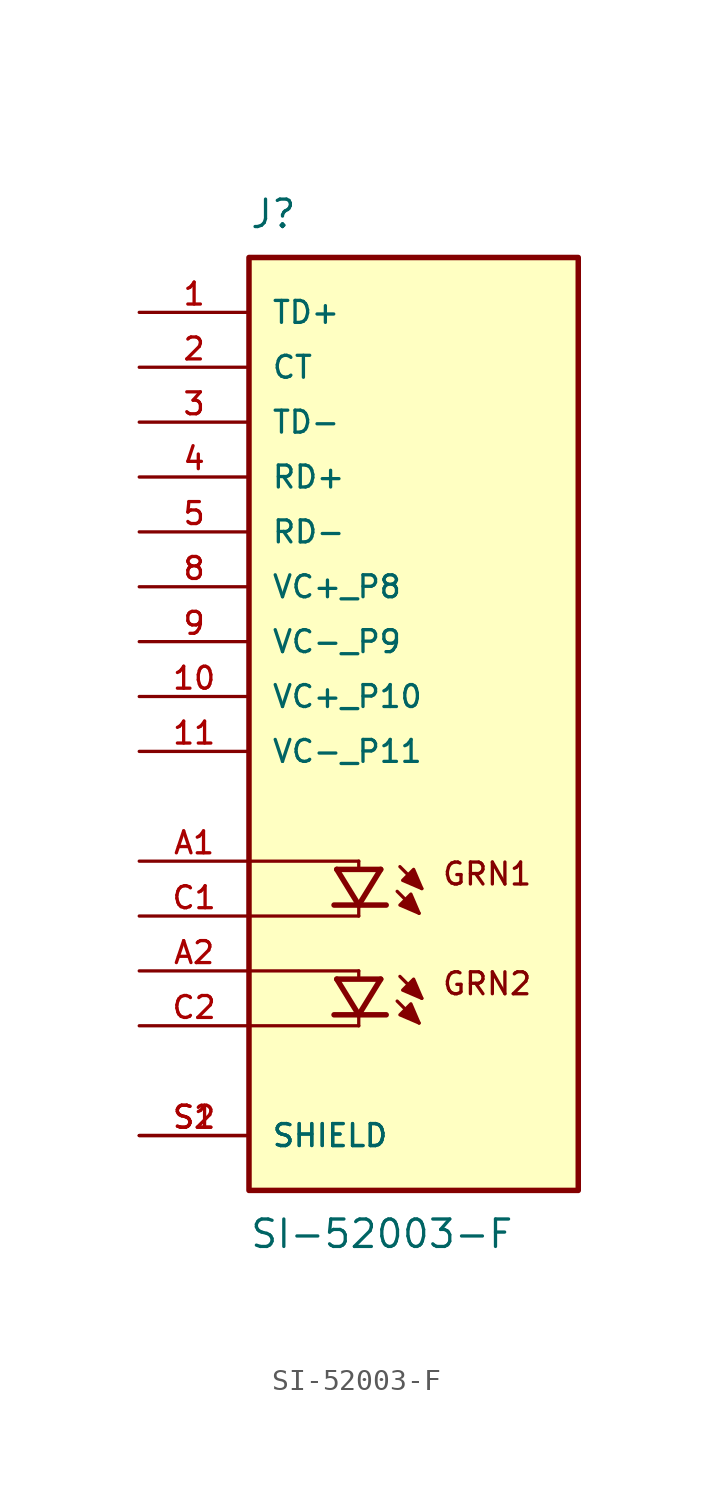
<source format=kicad_sym>
(kicad_symbol_lib
  (version 20211014)
  (generator kicad_symbol_editor)
  (symbol "SI-52003-F"
    (pin_names
      (offset 1.016))
    (property "Reference" "J"
      (at -7.62 21.59 0)
      (effects (font (size 1.27 1.27)) (justify bottom left)))
    (property "Value" "SI-52003-F"
      (at -7.62 -24.13 0)
      (effects (font (size 1.27 1.27)) (justify top left)))
    (symbol "SI-52003-F_0_0"
      (polyline (pts (xy -3.556 -8.001) (xy -2.54 -9.652)) (stroke (width 0.254)))
      (polyline (pts (xy -2.54 -9.652) (xy -1.524 -8.001)) (stroke (width 0.254)))
      (polyline (pts (xy -3.683 -9.652) (xy -2.54 -9.652)) (stroke (width 0.254)))
      (polyline (pts (xy -2.54 -9.652) (xy -1.27 -9.652)) (stroke (width 0.254)))
      (polyline (pts (xy -3.556 -8.001) (xy -1.524 -8.001)) (stroke (width 0.254)))
      (polyline (pts (xy -0.635 -7.874) (xy 0.381 -8.89)) (stroke (width 0.152)))
      (polyline (pts (xy -0.762 -9.017) (xy 0.254 -10.033)) (stroke (width 0.152)))
      (polyline (pts (xy -2.54 -7.62) (xy -2.54 -7.874)) (stroke (width 0.152)))
      (polyline (pts (xy -2.54 -9.779) (xy -2.54 -10.16)) (stroke (width 0.152)))
      (polyline (pts (xy -7.62 -7.62) (xy -2.54 -7.62)) (stroke (width 0.152)))
      (polyline (pts (xy -2.54 -10.16) (xy -7.62 -10.16)) (stroke (width 0.152)))
      (polyline (pts (xy -3.556 -13.081) (xy -2.54 -14.732)) (stroke (width 0.254)))
      (polyline (pts (xy -2.54 -14.732) (xy -1.524 -13.081)) (stroke (width 0.254)))
      (polyline (pts (xy -3.683 -14.732) (xy -2.54 -14.732)) (stroke (width 0.254)))
      (polyline (pts (xy -2.54 -14.732) (xy -1.27 -14.732)) (stroke (width 0.254)))
      (polyline (pts (xy -3.556 -13.081) (xy -1.524 -13.081)) (stroke (width 0.254)))
      (polyline (pts (xy -0.635 -12.954) (xy 0.381 -13.97)) (stroke (width 0.152)))
      (polyline (pts (xy -0.762 -14.097) (xy 0.254 -15.113)) (stroke (width 0.152)))
      (polyline (pts (xy -2.54 -12.7) (xy -2.54 -12.954)) (stroke (width 0.152)))
      (polyline (pts (xy -2.54 -14.859) (xy -2.54 -15.24)) (stroke (width 0.152)))
      (polyline (pts (xy -7.62 -12.7) (xy -2.54 -12.7)) (stroke (width 0.152)))
      (polyline (pts (xy -2.54 -15.24) (xy -7.62 -15.24)) (stroke (width 0.152)))
      (polyline (pts (xy 0.381 -8.89) (xy 0.0 -8.001) (xy -0.508 -8.509) (xy 0.381 -8.89)) (stroke (width 0.152)) (fill (type outline)))
      (polyline (pts (xy 0.254 -10.033) (xy -0.127 -9.144) (xy -0.635 -9.652) (xy 0.254 -10.033)) (stroke (width 0.152)) (fill (type outline)))
      (polyline (pts (xy 0.381 -13.97) (xy 0.0 -13.081) (xy -0.508 -13.589) (xy 0.381 -13.97)) (stroke (width 0.152)) (fill (type outline)))
      (polyline (pts (xy 0.254 -15.113) (xy -0.127 -14.224) (xy -0.635 -14.732) (xy 0.254 -15.113)) (stroke (width 0.152)) (fill (type outline)))
      (text "GRN1" (at 1.27 -7.62 0) (effects (font (size 1.016 1.016)) (justify top left)))
      (text "GRN2" (at 1.27 -12.7 0) (effects (font (size 1.016 1.016)) (justify top left)))
      (rectangle (start -7.62 -22.86) (end 7.62 20.32) (stroke (width 0.254)) (fill (type background)))
      (pin passive line (at -12.7 17.78 0) (length 5.08) (name "TD+" (effects (font (size 1.016 1.016)))) (number "1" (effects (font (size 1.016 1.016)))))
      (pin passive line (at -12.7 15.24 0) (length 5.08) (name "CT" (effects (font (size 1.016 1.016)))) (number "2" (effects (font (size 1.016 1.016)))))
      (pin passive line (at -12.7 12.7 0) (length 5.08) (name "TD-" (effects (font (size 1.016 1.016)))) (number "3" (effects (font (size 1.016 1.016)))))
      (pin passive line (at -12.7 10.16 0) (length 5.08) (name "RD+" (effects (font (size 1.016 1.016)))) (number "4" (effects (font (size 1.016 1.016)))))
      (pin passive line (at -12.7 7.62 0) (length 5.08) (name "RD-" (effects (font (size 1.016 1.016)))) (number "5" (effects (font (size 1.016 1.016)))))
      (pin passive line (at -12.7 5.08 0) (length 5.08) (name "VC+_P8" (effects (font (size 1.016 1.016)))) (number "8" (effects (font (size 1.016 1.016)))))
      (pin passive line (at -12.7 2.54 0) (length 5.08) (name "VC-_P9" (effects (font (size 1.016 1.016)))) (number "9" (effects (font (size 1.016 1.016)))))
      (pin passive line (at -12.7 0.0 0) (length 5.08) (name "VC+_P10" (effects (font (size 1.016 1.016)))) (number "10" (effects (font (size 1.016 1.016)))))
      (pin passive line (at -12.7 -10.16 0) (length 5.08) (name "~" (effects (font (size 1.016 1.016)))) (number "C1" (effects (font (size 1.016 1.016)))))
      (pin passive line (at -12.7 -7.62 0) (length 5.08) (name "~" (effects (font (size 1.016 1.016)))) (number "A1" (effects (font (size 1.016 1.016)))))
      (pin passive line (at -12.7 -15.24 0) (length 5.08) (name "~" (effects (font (size 1.016 1.016)))) (number "C2" (effects (font (size 1.016 1.016)))))
      (pin passive line (at -12.7 -12.7 0) (length 5.08) (name "~" (effects (font (size 1.016 1.016)))) (number "A2" (effects (font (size 1.016 1.016)))))
      (pin passive line (at -12.7 -2.54 0) (length 5.08) (name "VC-_P11" (effects (font (size 1.016 1.016)))) (number "11" (effects (font (size 1.016 1.016)))))
      (pin passive line (at -12.7 -20.32 0) (length 5.08) (name "SHIELD" (effects (font (size 1.016 1.016)))) (number "S1" (effects (font (size 1.016 1.016)))))
      (pin passive line (at -12.7 -20.32 0) (length 5.08) (name "SHIELD" (effects (font (size 1.016 1.016)))) (number "S2" (effects (font (size 1.016 1.016))))))))
</source>
